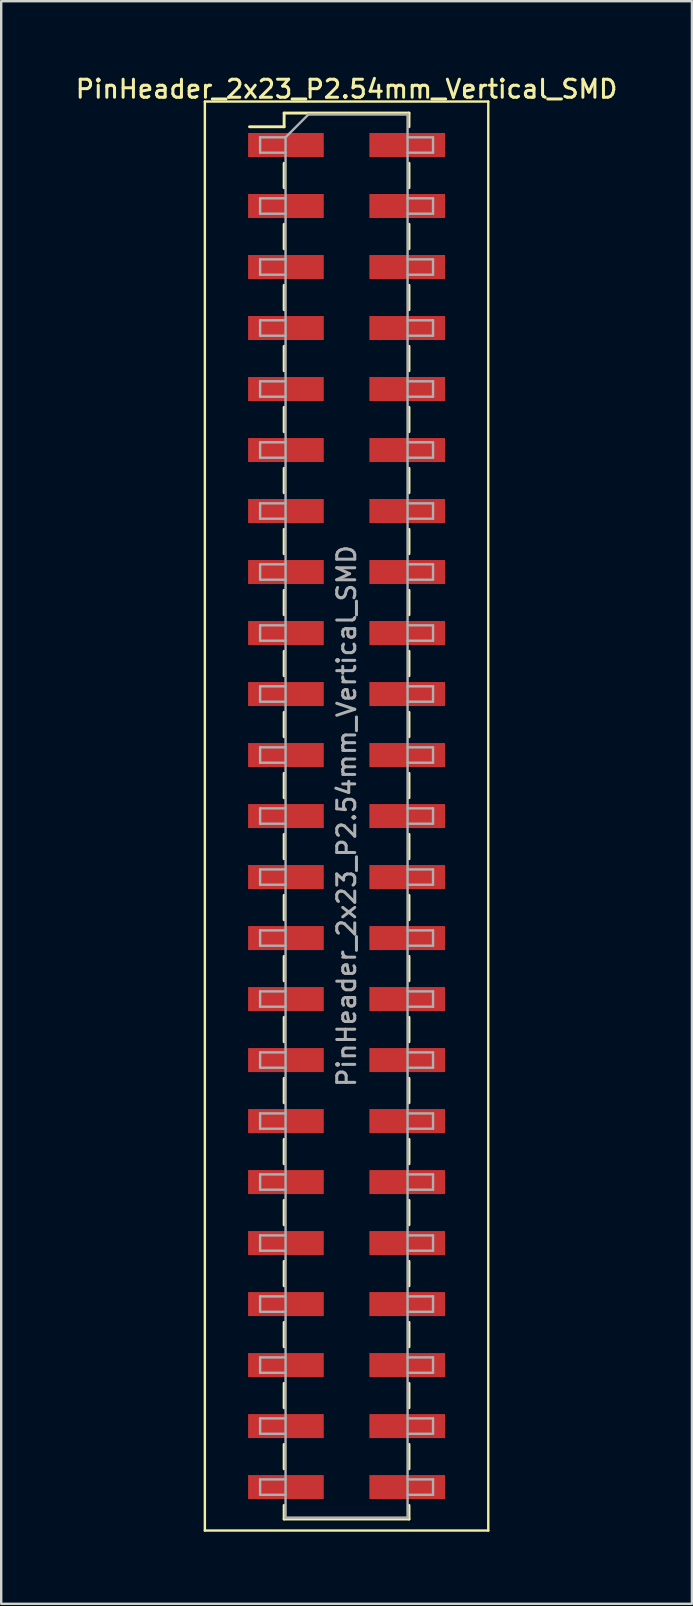
<source format=kicad_pcb>
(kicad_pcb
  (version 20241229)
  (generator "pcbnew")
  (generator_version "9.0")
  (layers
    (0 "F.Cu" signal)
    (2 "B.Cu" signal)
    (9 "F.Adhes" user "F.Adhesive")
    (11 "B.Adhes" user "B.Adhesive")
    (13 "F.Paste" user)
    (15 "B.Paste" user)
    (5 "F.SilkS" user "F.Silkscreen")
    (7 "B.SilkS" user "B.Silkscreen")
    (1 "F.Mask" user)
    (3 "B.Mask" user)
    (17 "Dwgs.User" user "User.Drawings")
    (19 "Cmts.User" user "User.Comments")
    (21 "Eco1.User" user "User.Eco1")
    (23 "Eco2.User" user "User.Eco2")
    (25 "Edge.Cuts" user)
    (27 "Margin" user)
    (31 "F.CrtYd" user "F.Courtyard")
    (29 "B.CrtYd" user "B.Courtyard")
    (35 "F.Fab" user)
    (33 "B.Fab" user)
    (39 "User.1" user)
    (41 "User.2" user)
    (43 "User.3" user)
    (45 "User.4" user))
  (footprint "PinHeader_2x23_P2.54mm_Vertical_SMD"
    (layer "F.Cu")
    (at 11.38 30.928)
    (property "Reference" "PinHeader_2x23_P2.54mm_Vertical_SMD" (at 0 -30.27 0) (layer "F.SilkS") (effects (font (size 0.75 0.75) (thickness 0.125))))
    (attr smd)
    (fp_line (start -5.9 -29.75) (end -5.9 29.75) (stroke (width 0.1) (type solid)) (layer "F.SilkS"))
    (fp_line (start -5.9 29.75) (end 5.9 29.75) (stroke (width 0.1) (type solid)) (layer "F.SilkS"))
    (fp_line (start -4.04 -28.7) (end -2.6 -28.7) (stroke (width 0.12) (type solid)) (layer "F.SilkS"))
    (fp_line (start -2.6 -29.27) (end -2.6 -28.7) (stroke (width 0.12) (type solid)) (layer "F.SilkS"))
    (fp_line (start -2.6 -29.27) (end 2.6 -29.27) (stroke (width 0.12) (type solid)) (layer "F.SilkS"))
    (fp_line (start -2.6 -27.18) (end -2.6 -26.16) (stroke (width 0.12) (type solid)) (layer "F.SilkS"))
    (fp_line (start -2.6 -24.64) (end -2.6 -23.62) (stroke (width 0.12) (type solid)) (layer "F.SilkS"))
    (fp_line (start -2.6 -22.1) (end -2.6 -21.08) (stroke (width 0.12) (type solid)) (layer "F.SilkS"))
    (fp_line (start -2.6 -19.56) (end -2.6 -18.54) (stroke (width 0.12) (type solid)) (layer "F.SilkS"))
    (fp_line (start -2.6 -17.02) (end -2.6 -16) (stroke (width 0.12) (type solid)) (layer "F.SilkS"))
    (fp_line (start -2.6 -14.48) (end -2.6 -13.46) (stroke (width 0.12) (type solid)) (layer "F.SilkS"))
    (fp_line (start -2.6 -11.94) (end -2.6 -10.92) (stroke (width 0.12) (type solid)) (layer "F.SilkS"))
    (fp_line (start -2.6 -9.4) (end -2.6 -8.38) (stroke (width 0.12) (type solid)) (layer "F.SilkS"))
    (fp_line (start -2.6 -6.86) (end -2.6 -5.84) (stroke (width 0.12) (type solid)) (layer "F.SilkS"))
    (fp_line (start -2.6 -4.32) (end -2.6 -3.3) (stroke (width 0.12) (type solid)) (layer "F.SilkS"))
    (fp_line (start -2.6 -1.78) (end -2.6 -0.76) (stroke (width 0.12) (type solid)) (layer "F.SilkS"))
    (fp_line (start -2.6 0.76) (end -2.6 1.78) (stroke (width 0.12) (type solid)) (layer "F.SilkS"))
    (fp_line (start -2.6 3.3) (end -2.6 4.32) (stroke (width 0.12) (type solid)) (layer "F.SilkS"))
    (fp_line (start -2.6 5.84) (end -2.6 6.86) (stroke (width 0.12) (type solid)) (layer "F.SilkS"))
    (fp_line (start -2.6 8.38) (end -2.6 9.4) (stroke (width 0.12) (type solid)) (layer "F.SilkS"))
    (fp_line (start -2.6 10.92) (end -2.6 11.94) (stroke (width 0.12) (type solid)) (layer "F.SilkS"))
    (fp_line (start -2.6 13.46) (end -2.6 14.48) (stroke (width 0.12) (type solid)) (layer "F.SilkS"))
    (fp_line (start -2.6 16) (end -2.6 17.02) (stroke (width 0.12) (type solid)) (layer "F.SilkS"))
    (fp_line (start -2.6 18.54) (end -2.6 19.56) (stroke (width 0.12) (type solid)) (layer "F.SilkS"))
    (fp_line (start -2.6 21.08) (end -2.6 22.1) (stroke (width 0.12) (type solid)) (layer "F.SilkS"))
    (fp_line (start -2.6 23.62) (end -2.6 24.64) (stroke (width 0.12) (type solid)) (layer "F.SilkS"))
    (fp_line (start -2.6 26.16) (end -2.6 27.18) (stroke (width 0.12) (type solid)) (layer "F.SilkS"))
    (fp_line (start -2.6 28.7) (end -2.6 29.27) (stroke (width 0.12) (type solid)) (layer "F.SilkS"))
    (fp_line (start -2.6 29.27) (end 2.6 29.27) (stroke (width 0.12) (type solid)) (layer "F.SilkS"))
    (fp_line (start 2.6 -29.27) (end 2.6 -28.7) (stroke (width 0.12) (type solid)) (layer "F.SilkS"))
    (fp_line (start 2.6 -27.18) (end 2.6 -26.16) (stroke (width 0.12) (type solid)) (layer "F.SilkS"))
    (fp_line (start 2.6 -24.64) (end 2.6 -23.62) (stroke (width 0.12) (type solid)) (layer "F.SilkS"))
    (fp_line (start 2.6 -22.1) (end 2.6 -21.08) (stroke (width 0.12) (type solid)) (layer "F.SilkS"))
    (fp_line (start 2.6 -19.56) (end 2.6 -18.54) (stroke (width 0.12) (type solid)) (layer "F.SilkS"))
    (fp_line (start 2.6 -17.02) (end 2.6 -16) (stroke (width 0.12) (type solid)) (layer "F.SilkS"))
    (fp_line (start 2.6 -14.48) (end 2.6 -13.46) (stroke (width 0.12) (type solid)) (layer "F.SilkS"))
    (fp_line (start 2.6 -11.94) (end 2.6 -10.92) (stroke (width 0.12) (type solid)) (layer "F.SilkS"))
    (fp_line (start 2.6 -9.4) (end 2.6 -8.38) (stroke (width 0.12) (type solid)) (layer "F.SilkS"))
    (fp_line (start 2.6 -6.86) (end 2.6 -5.84) (stroke (width 0.12) (type solid)) (layer "F.SilkS"))
    (fp_line (start 2.6 -4.32) (end 2.6 -3.3) (stroke (width 0.12) (type solid)) (layer "F.SilkS"))
    (fp_line (start 2.6 -1.78) (end 2.6 -0.76) (stroke (width 0.12) (type solid)) (layer "F.SilkS"))
    (fp_line (start 2.6 0.76) (end 2.6 1.78) (stroke (width 0.12) (type solid)) (layer "F.SilkS"))
    (fp_line (start 2.6 3.3) (end 2.6 4.32) (stroke (width 0.12) (type solid)) (layer "F.SilkS"))
    (fp_line (start 2.6 5.84) (end 2.6 6.86) (stroke (width 0.12) (type solid)) (layer "F.SilkS"))
    (fp_line (start 2.6 8.38) (end 2.6 9.4) (stroke (width 0.12) (type solid)) (layer "F.SilkS"))
    (fp_line (start 2.6 10.92) (end 2.6 11.94) (stroke (width 0.12) (type solid)) (layer "F.SilkS"))
    (fp_line (start 2.6 13.46) (end 2.6 14.48) (stroke (width 0.12) (type solid)) (layer "F.SilkS"))
    (fp_line (start 2.6 16) (end 2.6 17.02) (stroke (width 0.12) (type solid)) (layer "F.SilkS"))
    (fp_line (start 2.6 18.54) (end 2.6 19.56) (stroke (width 0.12) (type solid)) (layer "F.SilkS"))
    (fp_line (start 2.6 21.08) (end 2.6 22.1) (stroke (width 0.12) (type solid)) (layer "F.SilkS"))
    (fp_line (start 2.6 23.62) (end 2.6 24.64) (stroke (width 0.12) (type solid)) (layer "F.SilkS"))
    (fp_line (start 2.6 26.16) (end 2.6 27.18) (stroke (width 0.12) (type solid)) (layer "F.SilkS"))
    (fp_line (start 2.6 28.7) (end 2.6 29.27) (stroke (width 0.12) (type solid)) (layer "F.SilkS"))
    (fp_line (start 5.9 -29.75) (end -5.9 -29.75) (stroke (width 0.1) (type solid)) (layer "F.SilkS"))
    (fp_line (start 5.9 29.75) (end 5.9 -29.75) (stroke (width 0.1) (type solid)) (layer "F.SilkS"))
    (fp_line (start -3.6 -28.26) (end -3.6 -27.62) (stroke (width 0.1) (type solid)) (layer "F.Fab"))
    (fp_line (start -3.6 -27.62) (end -2.54 -27.62) (stroke (width 0.1) (type solid)) (layer "F.Fab"))
    (fp_line (start -3.6 -25.72) (end -3.6 -25.08) (stroke (width 0.1) (type solid)) (layer "F.Fab"))
    (fp_line (start -3.6 -25.08) (end -2.54 -25.08) (stroke (width 0.1) (type solid)) (layer "F.Fab"))
    (fp_line (start -3.6 -23.18) (end -3.6 -22.54) (stroke (width 0.1) (type solid)) (layer "F.Fab"))
    (fp_line (start -3.6 -22.54) (end -2.54 -22.54) (stroke (width 0.1) (type solid)) (layer "F.Fab"))
    (fp_line (start -3.6 -20.64) (end -3.6 -20) (stroke (width 0.1) (type solid)) (layer "F.Fab"))
    (fp_line (start -3.6 -20) (end -2.54 -20) (stroke (width 0.1) (type solid)) (layer "F.Fab"))
    (fp_line (start -3.6 -18.1) (end -3.6 -17.46) (stroke (width 0.1) (type solid)) (layer "F.Fab"))
    (fp_line (start -3.6 -17.46) (end -2.54 -17.46) (stroke (width 0.1) (type solid)) (layer "F.Fab"))
    (fp_line (start -3.6 -15.56) (end -3.6 -14.92) (stroke (width 0.1) (type solid)) (layer "F.Fab"))
    (fp_line (start -3.6 -14.92) (end -2.54 -14.92) (stroke (width 0.1) (type solid)) (layer "F.Fab"))
    (fp_line (start -3.6 -13.02) (end -3.6 -12.38) (stroke (width 0.1) (type solid)) (layer "F.Fab"))
    (fp_line (start -3.6 -12.38) (end -2.54 -12.38) (stroke (width 0.1) (type solid)) (layer "F.Fab"))
    (fp_line (start -3.6 -10.48) (end -3.6 -9.84) (stroke (width 0.1) (type solid)) (layer "F.Fab"))
    (fp_line (start -3.6 -9.84) (end -2.54 -9.84) (stroke (width 0.1) (type solid)) (layer "F.Fab"))
    (fp_line (start -3.6 -7.94) (end -3.6 -7.3) (stroke (width 0.1) (type solid)) (layer "F.Fab"))
    (fp_line (start -3.6 -7.3) (end -2.54 -7.3) (stroke (width 0.1) (type solid)) (layer "F.Fab"))
    (fp_line (start -3.6 -5.4) (end -3.6 -4.76) (stroke (width 0.1) (type solid)) (layer "F.Fab"))
    (fp_line (start -3.6 -4.76) (end -2.54 -4.76) (stroke (width 0.1) (type solid)) (layer "F.Fab"))
    (fp_line (start -3.6 -2.86) (end -3.6 -2.22) (stroke (width 0.1) (type solid)) (layer "F.Fab"))
    (fp_line (start -3.6 -2.22) (end -2.54 -2.22) (stroke (width 0.1) (type solid)) (layer "F.Fab"))
    (fp_line (start -3.6 -0.32) (end -3.6 0.32) (stroke (width 0.1) (type solid)) (layer "F.Fab"))
    (fp_line (start -3.6 0.32) (end -2.54 0.32) (stroke (width 0.1) (type solid)) (layer "F.Fab"))
    (fp_line (start -3.6 2.22) (end -3.6 2.86) (stroke (width 0.1) (type solid)) (layer "F.Fab"))
    (fp_line (start -3.6 2.86) (end -2.54 2.86) (stroke (width 0.1) (type solid)) (layer "F.Fab"))
    (fp_line (start -3.6 4.76) (end -3.6 5.4) (stroke (width 0.1) (type solid)) (layer "F.Fab"))
    (fp_line (start -3.6 5.4) (end -2.54 5.4) (stroke (width 0.1) (type solid)) (layer "F.Fab"))
    (fp_line (start -3.6 7.3) (end -3.6 7.94) (stroke (width 0.1) (type solid)) (layer "F.Fab"))
    (fp_line (start -3.6 7.94) (end -2.54 7.94) (stroke (width 0.1) (type solid)) (layer "F.Fab"))
    (fp_line (start -3.6 9.84) (end -3.6 10.48) (stroke (width 0.1) (type solid)) (layer "F.Fab"))
    (fp_line (start -3.6 10.48) (end -2.54 10.48) (stroke (width 0.1) (type solid)) (layer "F.Fab"))
    (fp_line (start -3.6 12.38) (end -3.6 13.02) (stroke (width 0.1) (type solid)) (layer "F.Fab"))
    (fp_line (start -3.6 13.02) (end -2.54 13.02) (stroke (width 0.1) (type solid)) (layer "F.Fab"))
    (fp_line (start -3.6 14.92) (end -3.6 15.56) (stroke (width 0.1) (type solid)) (layer "F.Fab"))
    (fp_line (start -3.6 15.56) (end -2.54 15.56) (stroke (width 0.1) (type solid)) (layer "F.Fab"))
    (fp_line (start -3.6 17.46) (end -3.6 18.1) (stroke (width 0.1) (type solid)) (layer "F.Fab"))
    (fp_line (start -3.6 18.1) (end -2.54 18.1) (stroke (width 0.1) (type solid)) (layer "F.Fab"))
    (fp_line (start -3.6 20) (end -3.6 20.64) (stroke (width 0.1) (type solid)) (layer "F.Fab"))
    (fp_line (start -3.6 20.64) (end -2.54 20.64) (stroke (width 0.1) (type solid)) (layer "F.Fab"))
    (fp_line (start -3.6 22.54) (end -3.6 23.18) (stroke (width 0.1) (type solid)) (layer "F.Fab"))
    (fp_line (start -3.6 23.18) (end -2.54 23.18) (stroke (width 0.1) (type solid)) (layer "F.Fab"))
    (fp_line (start -3.6 25.08) (end -3.6 25.72) (stroke (width 0.1) (type solid)) (layer "F.Fab"))
    (fp_line (start -3.6 25.72) (end -2.54 25.72) (stroke (width 0.1) (type solid)) (layer "F.Fab"))
    (fp_line (start -3.6 27.62) (end -3.6 28.26) (stroke (width 0.1) (type solid)) (layer "F.Fab"))
    (fp_line (start -3.6 28.26) (end -2.54 28.26) (stroke (width 0.1) (type solid)) (layer "F.Fab"))
    (fp_line (start -2.54 -28.26) (end -3.6 -28.26) (stroke (width 0.1) (type solid)) (layer "F.Fab"))
    (fp_line (start -2.54 -28.26) (end -1.59 -29.21) (stroke (width 0.1) (type solid)) (layer "F.Fab"))
    (fp_line (start -2.54 -25.72) (end -3.6 -25.72) (stroke (width 0.1) (type solid)) (layer "F.Fab"))
    (fp_line (start -2.54 -23.18) (end -3.6 -23.18) (stroke (width 0.1) (type solid)) (layer "F.Fab"))
    (fp_line (start -2.54 -20.64) (end -3.6 -20.64) (stroke (width 0.1) (type solid)) (layer "F.Fab"))
    (fp_line (start -2.54 -18.1) (end -3.6 -18.1) (stroke (width 0.1) (type solid)) (layer "F.Fab"))
    (fp_line (start -2.54 -15.56) (end -3.6 -15.56) (stroke (width 0.1) (type solid)) (layer "F.Fab"))
    (fp_line (start -2.54 -13.02) (end -3.6 -13.02) (stroke (width 0.1) (type solid)) (layer "F.Fab"))
    (fp_line (start -2.54 -10.48) (end -3.6 -10.48) (stroke (width 0.1) (type solid)) (layer "F.Fab"))
    (fp_line (start -2.54 -7.94) (end -3.6 -7.94) (stroke (width 0.1) (type solid)) (layer "F.Fab"))
    (fp_line (start -2.54 -5.4) (end -3.6 -5.4) (stroke (width 0.1) (type solid)) (layer "F.Fab"))
    (fp_line (start -2.54 -2.86) (end -3.6 -2.86) (stroke (width 0.1) (type solid)) (layer "F.Fab"))
    (fp_line (start -2.54 -0.32) (end -3.6 -0.32) (stroke (width 0.1) (type solid)) (layer "F.Fab"))
    (fp_line (start -2.54 2.22) (end -3.6 2.22) (stroke (width 0.1) (type solid)) (layer "F.Fab"))
    (fp_line (start -2.54 4.76) (end -3.6 4.76) (stroke (width 0.1) (type solid)) (layer "F.Fab"))
    (fp_line (start -2.54 7.3) (end -3.6 7.3) (stroke (width 0.1) (type solid)) (layer "F.Fab"))
    (fp_line (start -2.54 9.84) (end -3.6 9.84) (stroke (width 0.1) (type solid)) (layer "F.Fab"))
    (fp_line (start -2.54 12.38) (end -3.6 12.38) (stroke (width 0.1) (type solid)) (layer "F.Fab"))
    (fp_line (start -2.54 14.92) (end -3.6 14.92) (stroke (width 0.1) (type solid)) (layer "F.Fab"))
    (fp_line (start -2.54 17.46) (end -3.6 17.46) (stroke (width 0.1) (type solid)) (layer "F.Fab"))
    (fp_line (start -2.54 20) (end -3.6 20) (stroke (width 0.1) (type solid)) (layer "F.Fab"))
    (fp_line (start -2.54 22.54) (end -3.6 22.54) (stroke (width 0.1) (type solid)) (layer "F.Fab"))
    (fp_line (start -2.54 25.08) (end -3.6 25.08) (stroke (width 0.1) (type solid)) (layer "F.Fab"))
    (fp_line (start -2.54 27.62) (end -3.6 27.62) (stroke (width 0.1) (type solid)) (layer "F.Fab"))
    (fp_line (start -2.54 29.21) (end -2.54 -28.26) (stroke (width 0.1) (type solid)) (layer "F.Fab"))
    (fp_line (start -1.59 -29.21) (end 2.54 -29.21) (stroke (width 0.1) (type solid)) (layer "F.Fab"))
    (fp_line (start 2.54 -29.21) (end 2.54 29.21) (stroke (width 0.1) (type solid)) (layer "F.Fab"))
    (fp_line (start 2.54 -28.26) (end 3.6 -28.26) (stroke (width 0.1) (type solid)) (layer "F.Fab"))
    (fp_line (start 2.54 -25.72) (end 3.6 -25.72) (stroke (width 0.1) (type solid)) (layer "F.Fab"))
    (fp_line (start 2.54 -23.18) (end 3.6 -23.18) (stroke (width 0.1) (type solid)) (layer "F.Fab"))
    (fp_line (start 2.54 -20.64) (end 3.6 -20.64) (stroke (width 0.1) (type solid)) (layer "F.Fab"))
    (fp_line (start 2.54 -18.1) (end 3.6 -18.1) (stroke (width 0.1) (type solid)) (layer "F.Fab"))
    (fp_line (start 2.54 -15.56) (end 3.6 -15.56) (stroke (width 0.1) (type solid)) (layer "F.Fab"))
    (fp_line (start 2.54 -13.02) (end 3.6 -13.02) (stroke (width 0.1) (type solid)) (layer "F.Fab"))
    (fp_line (start 2.54 -10.48) (end 3.6 -10.48) (stroke (width 0.1) (type solid)) (layer "F.Fab"))
    (fp_line (start 2.54 -7.94) (end 3.6 -7.94) (stroke (width 0.1) (type solid)) (layer "F.Fab"))
    (fp_line (start 2.54 -5.4) (end 3.6 -5.4) (stroke (width 0.1) (type solid)) (layer "F.Fab"))
    (fp_line (start 2.54 -2.86) (end 3.6 -2.86) (stroke (width 0.1) (type solid)) (layer "F.Fab"))
    (fp_line (start 2.54 -0.32) (end 3.6 -0.32) (stroke (width 0.1) (type solid)) (layer "F.Fab"))
    (fp_line (start 2.54 2.22) (end 3.6 2.22) (stroke (width 0.1) (type solid)) (layer "F.Fab"))
    (fp_line (start 2.54 4.76) (end 3.6 4.76) (stroke (width 0.1) (type solid)) (layer "F.Fab"))
    (fp_line (start 2.54 7.3) (end 3.6 7.3) (stroke (width 0.1) (type solid)) (layer "F.Fab"))
    (fp_line (start 2.54 9.84) (end 3.6 9.84) (stroke (width 0.1) (type solid)) (layer "F.Fab"))
    (fp_line (start 2.54 12.38) (end 3.6 12.38) (stroke (width 0.1) (type solid)) (layer "F.Fab"))
    (fp_line (start 2.54 14.92) (end 3.6 14.92) (stroke (width 0.1) (type solid)) (layer "F.Fab"))
    (fp_line (start 2.54 17.46) (end 3.6 17.46) (stroke (width 0.1) (type solid)) (layer "F.Fab"))
    (fp_line (start 2.54 20) (end 3.6 20) (stroke (width 0.1) (type solid)) (layer "F.Fab"))
    (fp_line (start 2.54 22.54) (end 3.6 22.54) (stroke (width 0.1) (type solid)) (layer "F.Fab"))
    (fp_line (start 2.54 25.08) (end 3.6 25.08) (stroke (width 0.1) (type solid)) (layer "F.Fab"))
    (fp_line (start 2.54 27.62) (end 3.6 27.62) (stroke (width 0.1) (type solid)) (layer "F.Fab"))
    (fp_line (start 2.54 29.21) (end -2.54 29.21) (stroke (width 0.1) (type solid)) (layer "F.Fab"))
    (fp_line (start 3.6 -28.26) (end 3.6 -27.62) (stroke (width 0.1) (type solid)) (layer "F.Fab"))
    (fp_line (start 3.6 -27.62) (end 2.54 -27.62) (stroke (width 0.1) (type solid)) (layer "F.Fab"))
    (fp_line (start 3.6 -25.72) (end 3.6 -25.08) (stroke (width 0.1) (type solid)) (layer "F.Fab"))
    (fp_line (start 3.6 -25.08) (end 2.54 -25.08) (stroke (width 0.1) (type solid)) (layer "F.Fab"))
    (fp_line (start 3.6 -23.18) (end 3.6 -22.54) (stroke (width 0.1) (type solid)) (layer "F.Fab"))
    (fp_line (start 3.6 -22.54) (end 2.54 -22.54) (stroke (width 0.1) (type solid)) (layer "F.Fab"))
    (fp_line (start 3.6 -20.64) (end 3.6 -20) (stroke (width 0.1) (type solid)) (layer "F.Fab"))
    (fp_line (start 3.6 -20) (end 2.54 -20) (stroke (width 0.1) (type solid)) (layer "F.Fab"))
    (fp_line (start 3.6 -18.1) (end 3.6 -17.46) (stroke (width 0.1) (type solid)) (layer "F.Fab"))
    (fp_line (start 3.6 -17.46) (end 2.54 -17.46) (stroke (width 0.1) (type solid)) (layer "F.Fab"))
    (fp_line (start 3.6 -15.56) (end 3.6 -14.92) (stroke (width 0.1) (type solid)) (layer "F.Fab"))
    (fp_line (start 3.6 -14.92) (end 2.54 -14.92) (stroke (width 0.1) (type solid)) (layer "F.Fab"))
    (fp_line (start 3.6 -13.02) (end 3.6 -12.38) (stroke (width 0.1) (type solid)) (layer "F.Fab"))
    (fp_line (start 3.6 -12.38) (end 2.54 -12.38) (stroke (width 0.1) (type solid)) (layer "F.Fab"))
    (fp_line (start 3.6 -10.48) (end 3.6 -9.84) (stroke (width 0.1) (type solid)) (layer "F.Fab"))
    (fp_line (start 3.6 -9.84) (end 2.54 -9.84) (stroke (width 0.1) (type solid)) (layer "F.Fab"))
    (fp_line (start 3.6 -7.94) (end 3.6 -7.3) (stroke (width 0.1) (type solid)) (layer "F.Fab"))
    (fp_line (start 3.6 -7.3) (end 2.54 -7.3) (stroke (width 0.1) (type solid)) (layer "F.Fab"))
    (fp_line (start 3.6 -5.4) (end 3.6 -4.76) (stroke (width 0.1) (type solid)) (layer "F.Fab"))
    (fp_line (start 3.6 -4.76) (end 2.54 -4.76) (stroke (width 0.1) (type solid)) (layer "F.Fab"))
    (fp_line (start 3.6 -2.86) (end 3.6 -2.22) (stroke (width 0.1) (type solid)) (layer "F.Fab"))
    (fp_line (start 3.6 -2.22) (end 2.54 -2.22) (stroke (width 0.1) (type solid)) (layer "F.Fab"))
    (fp_line (start 3.6 -0.32) (end 3.6 0.32) (stroke (width 0.1) (type solid)) (layer "F.Fab"))
    (fp_line (start 3.6 0.32) (end 2.54 0.32) (stroke (width 0.1) (type solid)) (layer "F.Fab"))
    (fp_line (start 3.6 2.22) (end 3.6 2.86) (stroke (width 0.1) (type solid)) (layer "F.Fab"))
    (fp_line (start 3.6 2.86) (end 2.54 2.86) (stroke (width 0.1) (type solid)) (layer "F.Fab"))
    (fp_line (start 3.6 4.76) (end 3.6 5.4) (stroke (width 0.1) (type solid)) (layer "F.Fab"))
    (fp_line (start 3.6 5.4) (end 2.54 5.4) (stroke (width 0.1) (type solid)) (layer "F.Fab"))
    (fp_line (start 3.6 7.3) (end 3.6 7.94) (stroke (width 0.1) (type solid)) (layer "F.Fab"))
    (fp_line (start 3.6 7.94) (end 2.54 7.94) (stroke (width 0.1) (type solid)) (layer "F.Fab"))
    (fp_line (start 3.6 9.84) (end 3.6 10.48) (stroke (width 0.1) (type solid)) (layer "F.Fab"))
    (fp_line (start 3.6 10.48) (end 2.54 10.48) (stroke (width 0.1) (type solid)) (layer "F.Fab"))
    (fp_line (start 3.6 12.38) (end 3.6 13.02) (stroke (width 0.1) (type solid)) (layer "F.Fab"))
    (fp_line (start 3.6 13.02) (end 2.54 13.02) (stroke (width 0.1) (type solid)) (layer "F.Fab"))
    (fp_line (start 3.6 14.92) (end 3.6 15.56) (stroke (width 0.1) (type solid)) (layer "F.Fab"))
    (fp_line (start 3.6 15.56) (end 2.54 15.56) (stroke (width 0.1) (type solid)) (layer "F.Fab"))
    (fp_line (start 3.6 17.46) (end 3.6 18.1) (stroke (width 0.1) (type solid)) (layer "F.Fab"))
    (fp_line (start 3.6 18.1) (end 2.54 18.1) (stroke (width 0.1) (type solid)) (layer "F.Fab"))
    (fp_line (start 3.6 20) (end 3.6 20.64) (stroke (width 0.1) (type solid)) (layer "F.Fab"))
    (fp_line (start 3.6 20.64) (end 2.54 20.64) (stroke (width 0.1) (type solid)) (layer "F.Fab"))
    (fp_line (start 3.6 22.54) (end 3.6 23.18) (stroke (width 0.1) (type solid)) (layer "F.Fab"))
    (fp_line (start 3.6 23.18) (end 2.54 23.18) (stroke (width 0.1) (type solid)) (layer "F.Fab"))
    (fp_line (start 3.6 25.08) (end 3.6 25.72) (stroke (width 0.1) (type solid)) (layer "F.Fab"))
    (fp_line (start 3.6 25.72) (end 2.54 25.72) (stroke (width 0.1) (type solid)) (layer "F.Fab"))
    (fp_line (start 3.6 27.62) (end 3.6 28.26) (stroke (width 0.1) (type solid)) (layer "F.Fab"))
    (fp_line (start 3.6 28.26) (end 2.54 28.26) (stroke (width 0.1) (type solid)) (layer "F.Fab"))
    (fp_text user "${REFERENCE}" (at 0 0 90) (layer "F.Fab") (effects (font (size 0.75 0.75) (thickness 0.125))))
    (pad "1" smd rect (at -2.525 -27.94) (size 3.15 1) (layers "F.Cu" "F.Mask" "F.Paste"))
    (pad "2" smd rect (at 2.525 -27.94) (size 3.15 1) (layers "F.Cu" "F.Mask" "F.Paste"))
    (pad "3" smd rect (at -2.525 -25.4) (size 3.15 1) (layers "F.Cu" "F.Mask" "F.Paste"))
    (pad "4" smd rect (at 2.525 -25.4) (size 3.15 1) (layers "F.Cu" "F.Mask" "F.Paste"))
    (pad "5" smd rect (at -2.525 -22.86) (size 3.15 1) (layers "F.Cu" "F.Mask" "F.Paste"))
    (pad "6" smd rect (at 2.525 -22.86) (size 3.15 1) (layers "F.Cu" "F.Mask" "F.Paste"))
    (pad "7" smd rect (at -2.525 -20.32) (size 3.15 1) (layers "F.Cu" "F.Mask" "F.Paste"))
    (pad "8" smd rect (at 2.525 -20.32) (size 3.15 1) (layers "F.Cu" "F.Mask" "F.Paste"))
    (pad "9" smd rect (at -2.525 -17.78) (size 3.15 1) (layers "F.Cu" "F.Mask" "F.Paste"))
    (pad "10" smd rect (at 2.525 -17.78) (size 3.15 1) (layers "F.Cu" "F.Mask" "F.Paste"))
    (pad "11" smd rect (at -2.525 -15.24) (size 3.15 1) (layers "F.Cu" "F.Mask" "F.Paste"))
    (pad "12" smd rect (at 2.525 -15.24) (size 3.15 1) (layers "F.Cu" "F.Mask" "F.Paste"))
    (pad "13" smd rect (at -2.525 -12.7) (size 3.15 1) (layers "F.Cu" "F.Mask" "F.Paste"))
    (pad "14" smd rect (at 2.525 -12.7) (size 3.15 1) (layers "F.Cu" "F.Mask" "F.Paste"))
    (pad "15" smd rect (at -2.525 -10.16) (size 3.15 1) (layers "F.Cu" "F.Mask" "F.Paste"))
    (pad "16" smd rect (at 2.525 -10.16) (size 3.15 1) (layers "F.Cu" "F.Mask" "F.Paste"))
    (pad "17" smd rect (at -2.525 -7.62) (size 3.15 1) (layers "F.Cu" "F.Mask" "F.Paste"))
    (pad "18" smd rect (at 2.525 -7.62) (size 3.15 1) (layers "F.Cu" "F.Mask" "F.Paste"))
    (pad "19" smd rect (at -2.525 -5.08) (size 3.15 1) (layers "F.Cu" "F.Mask" "F.Paste"))
    (pad "20" smd rect (at 2.525 -5.08) (size 3.15 1) (layers "F.Cu" "F.Mask" "F.Paste"))
    (pad "21" smd rect (at -2.525 -2.54) (size 3.15 1) (layers "F.Cu" "F.Mask" "F.Paste"))
    (pad "22" smd rect (at 2.525 -2.54) (size 3.15 1) (layers "F.Cu" "F.Mask" "F.Paste"))
    (pad "23" smd rect (at -2.525 0) (size 3.15 1) (layers "F.Cu" "F.Mask" "F.Paste"))
    (pad "24" smd rect (at 2.525 0) (size 3.15 1) (layers "F.Cu" "F.Mask" "F.Paste"))
    (pad "25" smd rect (at -2.525 2.54) (size 3.15 1) (layers "F.Cu" "F.Mask" "F.Paste"))
    (pad "26" smd rect (at 2.525 2.54) (size 3.15 1) (layers "F.Cu" "F.Mask" "F.Paste"))
    (pad "27" smd rect (at -2.525 5.08) (size 3.15 1) (layers "F.Cu" "F.Mask" "F.Paste"))
    (pad "28" smd rect (at 2.525 5.08) (size 3.15 1) (layers "F.Cu" "F.Mask" "F.Paste"))
    (pad "29" smd rect (at -2.525 7.62) (size 3.15 1) (layers "F.Cu" "F.Mask" "F.Paste"))
    (pad "30" smd rect (at 2.525 7.62) (size 3.15 1) (layers "F.Cu" "F.Mask" "F.Paste"))
    (pad "31" smd rect (at -2.525 10.16) (size 3.15 1) (layers "F.Cu" "F.Mask" "F.Paste"))
    (pad "32" smd rect (at 2.525 10.16) (size 3.15 1) (layers "F.Cu" "F.Mask" "F.Paste"))
    (pad "33" smd rect (at -2.525 12.7) (size 3.15 1) (layers "F.Cu" "F.Mask" "F.Paste"))
    (pad "34" smd rect (at 2.525 12.7) (size 3.15 1) (layers "F.Cu" "F.Mask" "F.Paste"))
    (pad "35" smd rect (at -2.525 15.24) (size 3.15 1) (layers "F.Cu" "F.Mask" "F.Paste"))
    (pad "36" smd rect (at 2.525 15.24) (size 3.15 1) (layers "F.Cu" "F.Mask" "F.Paste"))
    (pad "37" smd rect (at -2.525 17.78) (size 3.15 1) (layers "F.Cu" "F.Mask" "F.Paste"))
    (pad "38" smd rect (at 2.525 17.78) (size 3.15 1) (layers "F.Cu" "F.Mask" "F.Paste"))
    (pad "39" smd rect (at -2.525 20.32) (size 3.15 1) (layers "F.Cu" "F.Mask" "F.Paste"))
    (pad "40" smd rect (at 2.525 20.32) (size 3.15 1) (layers "F.Cu" "F.Mask" "F.Paste"))
    (pad "41" smd rect (at -2.525 22.86) (size 3.15 1) (layers "F.Cu" "F.Mask" "F.Paste"))
    (pad "42" smd rect (at 2.525 22.86) (size 3.15 1) (layers "F.Cu" "F.Mask" "F.Paste"))
    (pad "43" smd rect (at -2.525 25.4) (size 3.15 1) (layers "F.Cu" "F.Mask" "F.Paste"))
    (pad "44" smd rect (at 2.525 25.4) (size 3.15 1) (layers "F.Cu" "F.Mask" "F.Paste"))
    (pad "45" smd rect (at -2.525 27.94) (size 3.15 1) (layers "F.Cu" "F.Mask" "F.Paste"))
    (pad "46" smd rect (at 2.525 27.94) (size 3.15 1) (layers "F.Cu" "F.Mask" "F.Paste")))
  (gr_rect
    (start -3 -3)
    (end 25.761 63.728)
    (stroke (width 0.1) (type default))
    (fill no)
    (layer "Edge.Cuts")))
</source>
